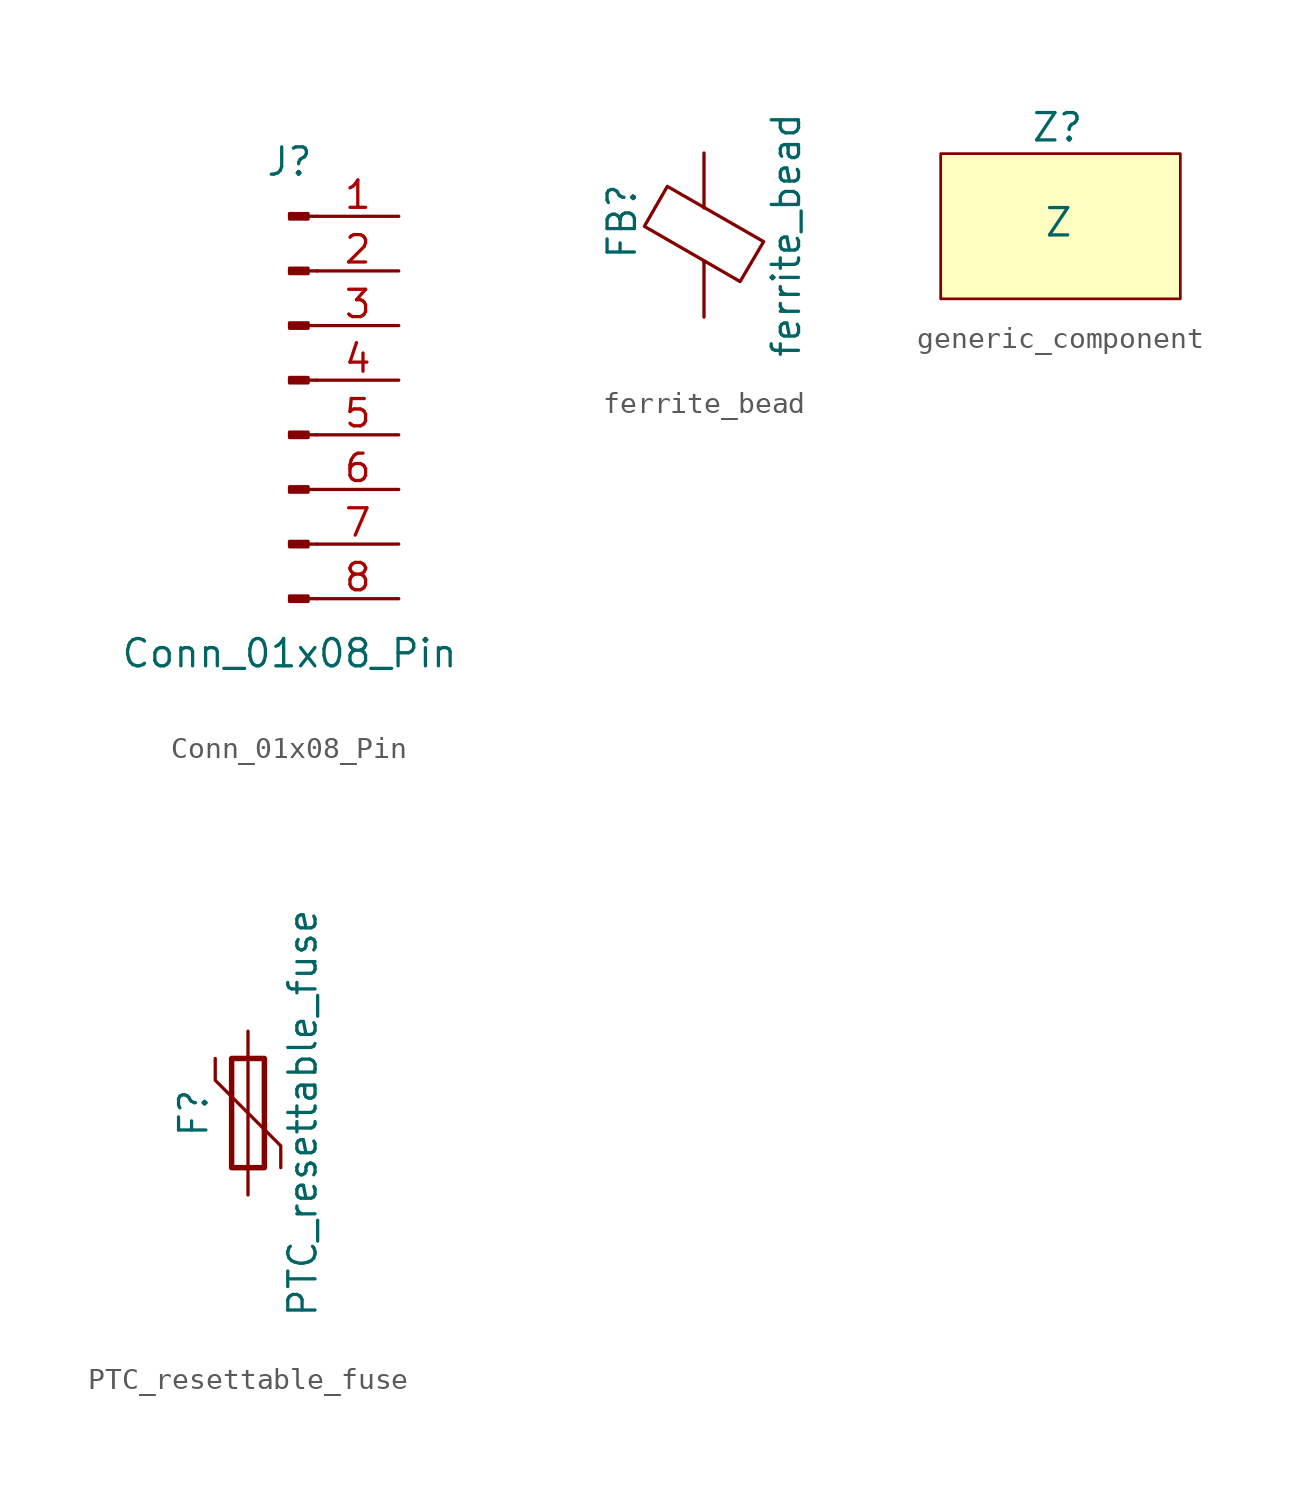
<source format=kicad_sym>
(kicad_symbol_lib
  (version 20220914)
  (generator kicad_symbol_editor)
  (symbol "Conn_01x08_Pin"
    (pin_names
      (offset 1.016) hide)
    (property "Reference" "J"
      (at 0 10.16 0)
      (effects (font (size 1.27 1.27))))
    (property "Value" "Conn_01x08_Pin"
      (at 0 -12.7 0)
      (effects (font (size 1.27 1.27))))
    (symbol "Conn_01x08_Pin_1_1"
      (polyline (pts (xy 1.27 -10.16) (xy 0.864 -10.16)) (stroke (width 0.152) (type default)) (fill (type none)))
      (polyline (pts (xy 1.27 -7.62) (xy 0.864 -7.62)) (stroke (width 0.152) (type default)) (fill (type none)))
      (polyline (pts (xy 1.27 -5.08) (xy 0.864 -5.08)) (stroke (width 0.152) (type default)) (fill (type none)))
      (polyline (pts (xy 1.27 -2.54) (xy 0.864 -2.54)) (stroke (width 0.152) (type default)) (fill (type none)))
      (polyline (pts (xy 1.27 0) (xy 0.864 0)) (stroke (width 0.152) (type default)) (fill (type none)))
      (polyline (pts (xy 1.27 2.54) (xy 0.864 2.54)) (stroke (width 0.152) (type default)) (fill (type none)))
      (polyline (pts (xy 1.27 5.08) (xy 0.864 5.08)) (stroke (width 0.152) (type default)) (fill (type none)))
      (polyline (pts (xy 1.27 7.62) (xy 0.864 7.62)) (stroke (width 0.152) (type default)) (fill (type none)))
      (rectangle (start 0.864 -10.033) (end 0 -10.287) (stroke (width 0.152) (type default)) (fill (type outline)))
      (rectangle (start 0.864 -7.493) (end 0 -7.747) (stroke (width 0.152) (type default)) (fill (type outline)))
      (rectangle (start 0.864 -4.953) (end 0 -5.207) (stroke (width 0.152) (type default)) (fill (type outline)))
      (rectangle (start 0.864 -2.413) (end 0 -2.667) (stroke (width 0.152) (type default)) (fill (type outline)))
      (rectangle (start 0.864 0.127) (end 0 -0.127) (stroke (width 0.152) (type default)) (fill (type outline)))
      (rectangle (start 0.864 2.667) (end 0 2.413) (stroke (width 0.152) (type default)) (fill (type outline)))
      (rectangle (start 0.864 5.207) (end 0 4.953) (stroke (width 0.152) (type default)) (fill (type outline)))
      (rectangle (start 0.864 7.747) (end 0 7.493) (stroke (width 0.152) (type default)) (fill (type outline)))
      (pin passive line (at 5.08 7.62 180) (length 3.81) (name "Pin_1" (effects (font (size 1.27 1.27)))) (number "1" (effects (font (size 1.27 1.27)))))
      (pin passive line (at 5.08 5.08 180) (length 3.81) (name "Pin_2" (effects (font (size 1.27 1.27)))) (number "2" (effects (font (size 1.27 1.27)))))
      (pin passive line (at 5.08 2.54 180) (length 3.81) (name "Pin_3" (effects (font (size 1.27 1.27)))) (number "3" (effects (font (size 1.27 1.27)))))
      (pin passive line (at 5.08 0 180) (length 3.81) (name "Pin_4" (effects (font (size 1.27 1.27)))) (number "4" (effects (font (size 1.27 1.27)))))
      (pin passive line (at 5.08 -2.54 180) (length 3.81) (name "Pin_5" (effects (font (size 1.27 1.27)))) (number "5" (effects (font (size 1.27 1.27)))))
      (pin passive line (at 5.08 -5.08 180) (length 3.81) (name "Pin_6" (effects (font (size 1.27 1.27)))) (number "6" (effects (font (size 1.27 1.27)))))
      (pin passive line (at 5.08 -7.62 180) (length 3.81) (name "Pin_7" (effects (font (size 1.27 1.27)))) (number "7" (effects (font (size 1.27 1.27)))))
      (pin passive line (at 5.08 -10.16 180) (length 3.81) (name "Pin_8" (effects (font (size 1.27 1.27)))) (number "8" (effects (font (size 1.27 1.27)))))))
  (symbol "ferrite_bead"
    (pin_numbers hide)
    (pin_names
      (offset 0))
    (property "Reference" "FB"
      (at -3.81 0.635 90)
      (effects (font (size 1.27 1.27))))
    (property "Value" "ferrite_bead"
      (at 3.81 0 90)
      (effects (font (size 1.27 1.27))))
    (symbol "ferrite_bead_0_1"
      (polyline (pts (xy 0 -1.27) (xy 0 -1.219)) (stroke (width 0) (type default)) (fill (type none)))
      (polyline (pts (xy 0 1.27) (xy 0 1.295)) (stroke (width 0) (type default)) (fill (type none)))
      (polyline (pts (xy -2.769 0.406) (xy -1.702 2.261) (xy 2.769 -0.305) (xy 1.676 -2.159) (xy -2.769 0.406)) (stroke (width 0) (type default)) (fill (type none))))
    (symbol "ferrite_bead_1_1"
      (pin passive line (at 0 3.81 270) (length 2.54) (name "~" (effects (font (size 1.27 1.27)))) (number "1" (effects (font (size 1.27 1.27)))))
      (pin passive line (at 0 -3.81 90) (length 2.54) (name "~" (effects (font (size 1.27 1.27)))) (number "2" (effects (font (size 1.27 1.27)))))))
  (symbol "generic_component"
    (property "Reference" "Z"
      (at -0.051 4.42 0)
      (effects (font (size 1.27 1.27))))
    (property "Value" "Z"
      (at 0 0 0)
      (effects (font (size 1.27 1.27))))
    (symbol "generic_component_0_0"
      (rectangle (start -5.486 3.2) (end 5.664 -3.556) (stroke (width 0.127) (type default)) (fill (type background)))))
  (symbol "PTC_resettable_fuse"
    (pin_numbers hide)
    (pin_names
      (offset 0))
    (property "Reference" "F"
      (at -2.54 0 90)
      (effects (font (size 1.27 1.27))))
    (property "Value" "PTC_resettable_fuse"
      (at 2.54 0 90)
      (effects (font (size 1.27 1.27))))
    (symbol "PTC_resettable_fuse_0_1"
      (rectangle (start -0.762 2.54) (end 0.762 -2.54) (stroke (width 0.254) (type default)) (fill (type none)))
      (polyline (pts (xy 0 2.54) (xy 0 -2.54)) (stroke (width 0) (type default)) (fill (type none)))
      (polyline (pts (xy -1.524 2.54) (xy -1.524 1.524) (xy 1.524 -1.524) (xy 1.524 -2.54)) (stroke (width 0) (type default)) (fill (type none))))
    (symbol "PTC_resettable_fuse_1_1"
      (pin passive line (at 0 3.81 270) (length 1.27) (name "~" (effects (font (size 1.27 1.27)))) (number "1" (effects (font (size 1.27 1.27)))))
      (pin passive line (at 0 -3.81 90) (length 1.27) (name "~" (effects (font (size 1.27 1.27)))) (number "2" (effects (font (size 1.27 1.27))))))))
</source>
